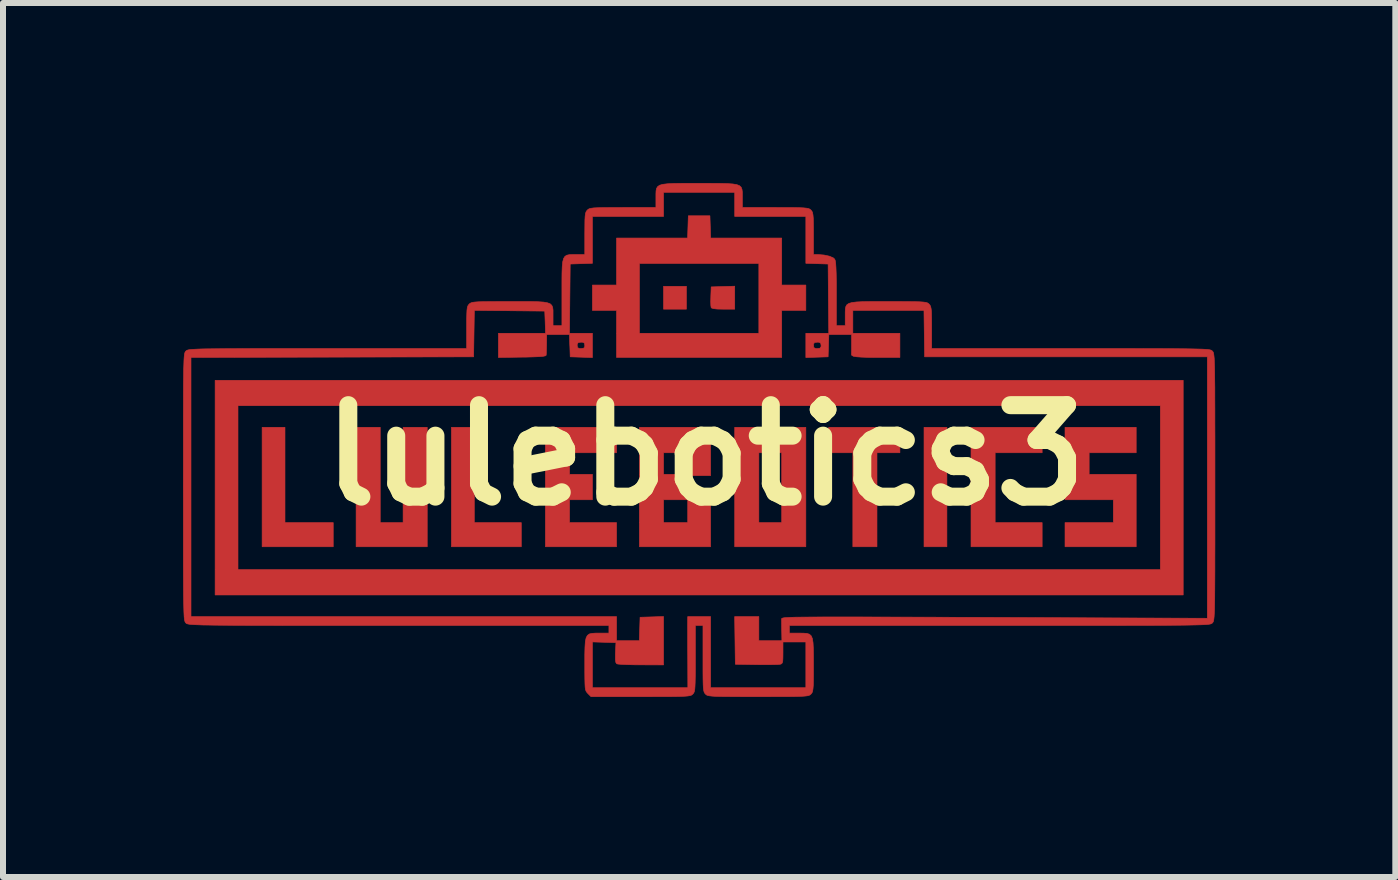
<source format=kicad_pcb>
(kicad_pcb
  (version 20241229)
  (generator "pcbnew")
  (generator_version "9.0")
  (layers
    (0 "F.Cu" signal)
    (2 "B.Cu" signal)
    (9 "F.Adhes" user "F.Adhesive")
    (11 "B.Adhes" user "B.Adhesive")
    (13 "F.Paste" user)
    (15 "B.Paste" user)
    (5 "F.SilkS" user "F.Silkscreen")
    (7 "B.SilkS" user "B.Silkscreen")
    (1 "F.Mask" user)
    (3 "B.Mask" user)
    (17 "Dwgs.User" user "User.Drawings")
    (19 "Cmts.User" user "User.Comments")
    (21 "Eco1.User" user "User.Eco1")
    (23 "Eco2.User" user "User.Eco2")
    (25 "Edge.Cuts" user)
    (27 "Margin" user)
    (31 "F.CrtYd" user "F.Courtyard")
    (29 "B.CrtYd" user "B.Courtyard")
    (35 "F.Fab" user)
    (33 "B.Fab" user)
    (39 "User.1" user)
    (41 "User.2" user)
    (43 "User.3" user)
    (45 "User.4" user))
  (footprint "lulebotics3"
    (layer "F.Cu")
    (at 8.704 4.535)
    (property "Reference" "lulebotics3" (at 0 0 0) (layer "F.SilkS") (effects (font (size 1.524 1.524) (thickness 0.3))))
    (attr through_hole)
    (fp_poly (pts (xy -0.318 -2.434) (xy -0.699 -2.434) (xy -0.699 -2.815) (xy -0.318 -2.815) (xy -0.318 -2.434)) (stroke (width 0.01) (type solid)) (fill yes) (layer "F.Cu"))
    (fp_poly (pts (xy 4.022 1.524) (xy 3.641 1.524) (xy 3.641 -0.466) (xy 4.022 -0.466) (xy 4.022 1.524)) (stroke (width 0.01) (type solid)) (fill yes) (layer "F.Cu"))
    (fp_poly (pts (xy -7.006 1.122) (xy -6.202 1.122) (xy -6.202 1.524) (xy -7.387 1.524) (xy -7.387 -0.466) (xy -7.006 -0.466) (xy -7.006 1.122)) (stroke (width 0.01) (type solid)) (fill yes) (layer "F.Cu"))
    (fp_poly (pts (xy -3.852 1.122) (xy -3.069 1.122) (xy -3.069 1.524) (xy -4.233 1.524) (xy -4.233 -0.466) (xy -3.852 -0.466) (xy -3.852 1.122)) (stroke (width 0.01) (type solid)) (fill yes) (layer "F.Cu"))
    (fp_poly (pts (xy -5.419 1.122) (xy -5.038 1.122) (xy -5.038 -0.466) (xy -4.636 -0.466) (xy -4.636 1.524) (xy -5.821 1.524) (xy -5.821 -0.466) (xy -5.419 -0.466) (xy -5.419 1.122)) (stroke (width 0.01) (type solid)) (fill yes) (layer "F.Cu"))
    (fp_poly (pts (xy 3.239 -0.042) (xy 2.857 -0.042) (xy 2.857 1.524) (xy 2.455 1.524) (xy 2.455 -0.042) (xy 2.053 -0.042) (xy 2.053 -0.466) (xy 3.239 -0.466) (xy 3.239 -0.042)) (stroke (width 0.01) (type solid)) (fill yes) (layer "F.Cu"))
    (fp_poly (pts (xy 5.609 -0.042) (xy 4.826 -0.042) (xy 4.826 1.122) (xy 5.609 1.122) (xy 5.609 1.524) (xy 4.424 1.524) (xy 4.424 -0.466) (xy 5.609 -0.466) (xy 5.609 -0.042)) (stroke (width 0.01) (type solid)) (fill yes) (layer "F.Cu"))
    (fp_poly (pts (xy 1.672 1.524) (xy 0.487 1.524) (xy 0.487 -0.042) (xy 0.889 -0.042) (xy 0.889 1.122) (xy 1.27 1.122) (xy 1.27 -0.042) (xy 0.889 -0.042) (xy 0.487 -0.042) (xy 0.487 -0.466) (xy 1.672 -0.466) (xy 1.672 1.524)) (stroke (width 0.01) (type solid)) (fill yes) (layer "F.Cu"))
    (fp_poly (pts (xy 7.959 2.328) (xy -8.17 2.328) (xy -8.17 -0.826) (xy -7.789 -0.826) (xy -7.789 1.905) (xy 7.578 1.905) (xy 7.578 -0.826) (xy -7.789 -0.826) (xy -8.17 -0.826) (xy -8.17 -1.249) (xy 7.959 -1.249) (xy 7.959 2.328)) (stroke (width 0.01) (type solid)) (fill yes) (layer "F.Cu"))
    (fp_poly (pts (xy -1.482 -0.042) (xy -2.265 -0.042) (xy -2.265 0.318) (xy -1.884 0.318) (xy -1.884 0.741) (xy -2.265 0.741) (xy -2.265 1.122) (xy -1.482 1.122) (xy -1.482 1.524) (xy -2.667 1.524) (xy -2.667 -0.466) (xy -1.482 -0.466) (xy -1.482 -0.042)) (stroke (width 0.01) (type solid)) (fill yes) (layer "F.Cu"))
    (fp_poly (pts (xy 0.487 -2.434) (xy 0.296 -2.434) (xy 0.196 -2.436) (xy 0.133 -2.443) (xy 0.1 -2.454) (xy 0.094 -2.463) (xy 0.089 -2.497) (xy 0.087 -2.56) (xy 0.089 -2.639) (xy 0.089 -2.648) (xy 0.095 -2.805) (xy 0.487 -2.817) (xy 0.487 -2.434)) (stroke (width 0.01) (type solid)) (fill yes) (layer "F.Cu"))
    (fp_poly (pts (xy 7.176 -0.042) (xy 6.392 -0.042) (xy 6.392 0.318) (xy 7.176 0.318) (xy 7.176 1.524) (xy 5.99 1.524) (xy 5.99 1.122) (xy 6.795 1.122) (xy 6.795 0.741) (xy 5.99 0.741) (xy 5.99 -0.466) (xy 7.176 -0.466) (xy 7.176 -0.042)) (stroke (width 0.01) (type solid)) (fill yes) (layer "F.Cu"))
    (fp_poly (pts (xy 0.085 0.339) (xy -0.296 0.339) (xy -0.296 0.72) (xy 0.085 0.72) (xy 0.085 1.524) (xy -1.101 1.524) (xy -1.101 0.741) (xy -0.699 0.741) (xy -0.699 1.122) (xy -0.296 1.122) (xy -0.296 0.741) (xy -0.699 0.741) (xy -1.101 0.741) (xy -1.101 -0.042) (xy -0.699 -0.042) (xy -0.699 0.318) (xy -0.296 0.318) (xy -0.296 -0.042) (xy -0.699 -0.042) (xy -1.101 -0.042) (xy -1.101 -0.466) (xy 0.085 -0.466) (xy 0.085 0.339)) (stroke (width 0.01) (type solid)) (fill yes) (layer "F.Cu"))
    (fp_poly (pts (xy 0.08 -3.805) (xy 0.086 -3.619) (xy 1.27 -3.619) (xy 1.27 -2.836) (xy 1.672 -2.836) (xy 1.672 -2.413) (xy 1.27 -2.413) (xy 1.27 -1.63) (xy -1.482 -1.63) (xy -1.482 -2.413) (xy -1.884 -2.413) (xy -1.884 -2.836) (xy -1.482 -2.836) (xy -1.482 -3.196) (xy -1.101 -3.196) (xy -1.101 -2.032) (xy 0.889 -2.032) (xy 0.889 -3.196) (xy -1.101 -3.196) (xy -1.482 -3.196) (xy -1.482 -3.619) (xy -0.298 -3.619) (xy -0.292 -3.805) (xy -0.286 -3.99) (xy 0.074 -3.99) (xy 0.08 -3.805)) (stroke (width 0.01) (type solid)) (fill yes) (layer "F.Cu"))
    (fp_poly (pts (xy 0.243 -4.529) (xy 0.365 -4.526) (xy 0.456 -4.52) (xy 0.522 -4.509) (xy 0.567 -4.491) (xy 0.594 -4.466) (xy 0.608 -4.431) (xy 0.614 -4.386) (xy 0.614 -4.329) (xy 0.614 -4.286) (xy 0.614 -4.128) (xy 1.164 -4.128) (xy 1.331 -4.127) (xy 1.462 -4.127) (xy 1.56 -4.125) (xy 1.631 -4.122) (xy 1.681 -4.117) (xy 1.714 -4.111) (xy 1.736 -4.102) (xy 1.752 -4.09) (xy 1.757 -4.085) (xy 1.773 -4.066) (xy 1.784 -4.042) (xy 1.791 -4.005) (xy 1.796 -3.948) (xy 1.798 -3.866) (xy 1.799 -3.751) (xy 1.799 -3.694) (xy 1.799 -3.344) (xy 1.879 -3.344) (xy 1.976 -3.336) (xy 2.064 -3.317) (xy 2.129 -3.289) (xy 2.153 -3.267) (xy 2.162 -3.243) (xy 2.169 -3.197) (xy 2.174 -3.123) (xy 2.178 -3.019) (xy 2.18 -2.88) (xy 2.18 -2.703) (xy 2.18 -2.695) (xy 2.18 -2.159) (xy 2.328 -2.159) (xy 2.328 -2.318) (xy 2.328 -2.383) (xy 2.33 -2.436) (xy 2.338 -2.477) (xy 2.356 -2.508) (xy 2.39 -2.53) (xy 2.442 -2.545) (xy 2.517 -2.554) (xy 2.619 -2.559) (xy 2.753 -2.561) (xy 2.922 -2.561) (xy 3.048 -2.561) (xy 3.229 -2.561) (xy 3.372 -2.56) (xy 3.483 -2.559) (xy 3.566 -2.557) (xy 3.625 -2.553) (xy 3.666 -2.548) (xy 3.693 -2.541) (xy 3.711 -2.531) (xy 3.725 -2.519) (xy 3.725 -2.519) (xy 3.741 -2.5) (xy 3.752 -2.475) (xy 3.76 -2.438) (xy 3.765 -2.382) (xy 3.767 -2.3) (xy 3.768 -2.185) (xy 3.768 -2.127) (xy 3.768 -1.778) (xy 6.085 -1.778) (xy 6.448 -1.778) (xy 6.771 -1.778) (xy 7.057 -1.778) (xy 7.307 -1.777) (xy 7.524 -1.777) (xy 7.711 -1.776) (xy 7.87 -1.775) (xy 8.003 -1.774) (xy 8.113 -1.772) (xy 8.202 -1.77) (xy 8.273 -1.768) (xy 8.327 -1.765) (xy 8.367 -1.762) (xy 8.397 -1.758) (xy 8.417 -1.753) (xy 8.43 -1.748) (xy 8.439 -1.742) (xy 8.445 -1.736) (xy 8.452 -1.728) (xy 8.458 -1.719) (xy 8.464 -1.704) (xy 8.468 -1.683) (xy 8.472 -1.652) (xy 8.476 -1.61) (xy 8.478 -1.553) (xy 8.481 -1.479) (xy 8.483 -1.386) (xy 8.484 -1.272) (xy 8.486 -1.133) (xy 8.486 -0.968) (xy 8.487 -0.774) (xy 8.487 -0.549) (xy 8.488 -0.29) (xy 8.488 0.006) (xy 8.488 0.34) (xy 8.488 0.529) (xy 8.488 0.884) (xy 8.488 1.199) (xy 8.488 1.477) (xy 8.487 1.719) (xy 8.487 1.929) (xy 8.486 2.109) (xy 8.485 2.261) (xy 8.484 2.388) (xy 8.482 2.492) (xy 8.48 2.575) (xy 8.477 2.64) (xy 8.474 2.69) (xy 8.47 2.727) (xy 8.466 2.753) (xy 8.461 2.77) (xy 8.455 2.782) (xy 8.449 2.79) (xy 8.445 2.794) (xy 8.44 2.799) (xy 8.432 2.804) (xy 8.42 2.809) (xy 8.404 2.813) (xy 8.379 2.817) (xy 8.345 2.82) (xy 8.3 2.823) (xy 8.241 2.825) (xy 8.167 2.827) (xy 8.076 2.829) (xy 7.966 2.831) (xy 7.835 2.832) (xy 7.681 2.833) (xy 7.502 2.834) (xy 7.297 2.835) (xy 7.063 2.835) (xy 6.798 2.836) (xy 6.501 2.836) (xy 6.169 2.836) (xy 5.801 2.836) (xy 5.394 2.836) (xy 4.947 2.836) (xy 4.9 2.836) (xy 1.397 2.836) (xy 1.397 2.963) (xy 1.556 2.963) (xy 1.631 2.964) (xy 1.688 2.968) (xy 1.731 2.981) (xy 1.761 3.008) (xy 1.781 3.054) (xy 1.792 3.124) (xy 1.797 3.221) (xy 1.799 3.352) (xy 1.799 3.493) (xy 1.799 3.641) (xy 1.798 3.754) (xy 1.796 3.835) (xy 1.791 3.892) (xy 1.785 3.93) (xy 1.776 3.955) (xy 1.763 3.973) (xy 1.757 3.979) (xy 1.745 3.99) (xy 1.729 3.999) (xy 1.706 4.006) (xy 1.671 4.011) (xy 1.621 4.015) (xy 1.551 4.018) (xy 1.456 4.02) (xy 1.334 4.021) (xy 1.18 4.021) (xy 0.989 4.022) (xy 0.878 4.022) (xy 0.668 4.022) (xy 0.496 4.021) (xy 0.358 4.02) (xy 0.25 4.019) (xy 0.169 4.017) (xy 0.109 4.013) (xy 0.066 4.008) (xy 0.038 4.002) (xy 0.019 3.995) (xy 0.006 3.985) (xy 0 3.979) (xy -0.013 3.964) (xy -0.023 3.945) (xy -0.03 3.917) (xy -0.036 3.873) (xy -0.039 3.81) (xy -0.041 3.722) (xy -0.042 3.603) (xy -0.042 3.449) (xy -0.042 3.387) (xy -0.042 2.836) (xy -0.169 2.836) (xy -0.169 3.387) (xy -0.169 3.554) (xy -0.17 3.684) (xy -0.172 3.782) (xy -0.175 3.854) (xy -0.179 3.903) (xy -0.186 3.937) (xy -0.195 3.959) (xy -0.207 3.974) (xy -0.212 3.979) (xy -0.224 3.99) (xy -0.239 3.999) (xy -0.263 4.006) (xy -0.298 4.011) (xy -0.348 4.015) (xy -0.419 4.018) (xy -0.514 4.02) (xy -0.637 4.021) (xy -0.792 4.021) (xy -0.984 4.022) (xy -1.08 4.022) (xy -1.907 4.022) (xy -1.959 3.97) (xy -1.976 3.951) (xy -1.989 3.932) (xy -1.999 3.905) (xy -2.005 3.865) (xy -2.008 3.806) (xy -2.01 3.722) (xy -2.011 3.606) (xy -2.011 3.483) (xy -2.011 3.322) (xy -2.008 3.198) (xy -2.002 3.106) (xy -1.989 3.042) (xy -1.967 3.001) (xy -1.934 2.977) (xy -1.888 2.967) (xy -1.825 2.963) (xy -1.767 2.963) (xy -1.609 2.963) (xy -1.609 2.836) (xy -5.112 2.836) (xy -5.563 2.836) (xy -5.973 2.836) (xy -6.345 2.836) (xy -6.68 2.836) (xy -6.981 2.836) (xy -7.249 2.835) (xy -7.486 2.835) (xy -7.695 2.834) (xy -7.876 2.833) (xy -8.032 2.832) (xy -8.166 2.831) (xy -8.278 2.829) (xy -8.371 2.828) (xy -8.446 2.825) (xy -8.506 2.823) (xy -8.553 2.82) (xy -8.588 2.817) (xy -8.613 2.813) (xy -8.631 2.809) (xy -8.643 2.805) (xy -8.651 2.8) (xy -8.657 2.795) (xy -8.657 2.794) (xy -8.664 2.787) (xy -8.67 2.777) (xy -8.675 2.763) (xy -8.68 2.741) (xy -8.684 2.711) (xy -8.687 2.668) (xy -8.69 2.611) (xy -8.692 2.537) (xy -8.694 2.445) (xy -8.696 2.33) (xy -8.697 2.191) (xy -8.698 2.026) (xy -8.699 1.832) (xy -8.699 1.607) (xy -8.699 1.348) (xy -8.699 1.053) (xy -8.699 0.719) (xy -8.7 0.529) (xy -8.699 0.174) (xy -8.699 -0.141) (xy -8.699 -0.419) (xy -8.699 -0.661) (xy -8.698 -0.871) (xy -8.698 -1.051) (xy -8.697 -1.203) (xy -8.695 -1.33) (xy -8.694 -1.433) (xy -8.691 -1.517) (xy -8.689 -1.582) (xy -8.686 -1.63) (xy -8.572 -1.63) (xy -8.572 2.688) (xy -1.482 2.688) (xy -1.482 3.09) (xy -1.102 3.09) (xy -1.09 2.699) (xy -0.894 2.693) (xy -0.699 2.687) (xy -0.699 3.493) (xy -1.074 3.492) (xy -1.198 3.491) (xy -1.307 3.488) (xy -1.396 3.484) (xy -1.456 3.479) (xy -1.479 3.474) (xy -1.494 3.451) (xy -1.501 3.403) (xy -1.501 3.322) (xy -1.5 3.289) (xy -1.492 3.122) (xy -1.688 3.116) (xy -1.884 3.11) (xy -1.884 3.873) (xy -0.294 3.873) (xy -0.296 3.339) (xy -0.297 3.19) (xy -0.297 3.052) (xy -0.297 2.932) (xy -0.298 2.836) (xy -0.297 2.771) (xy -0.297 2.746) (xy -0.296 2.688) (xy 0.085 2.688) (xy 0.085 3.873) (xy 1.672 3.873) (xy 1.672 3.111) (xy 1.291 3.111) (xy 1.291 3.291) (xy 1.29 3.379) (xy 1.287 3.433) (xy 1.278 3.462) (xy 1.261 3.477) (xy 1.244 3.482) (xy 1.207 3.486) (xy 1.136 3.488) (xy 1.04 3.489) (xy 0.926 3.489) (xy 0.847 3.488) (xy 0.497 3.482) (xy 0.486 2.688) (xy 0.889 2.688) (xy 0.889 3.09) (xy 1.273 3.09) (xy 1.27 2.926) (xy 1.269 2.843) (xy 1.268 2.772) (xy 1.268 2.728) (xy 1.269 2.725) (xy 1.27 2.72) (xy 1.276 2.716) (xy 1.288 2.712) (xy 1.307 2.708) (xy 1.336 2.705) (xy 1.377 2.703) (xy 1.432 2.7) (xy 1.501 2.698) (xy 1.588 2.697) (xy 1.695 2.696) (xy 1.822 2.695) (xy 1.972 2.694) (xy 2.147 2.694) (xy 2.348 2.694) (xy 2.578 2.694) (xy 2.839 2.695) (xy 3.132 2.696) (xy 3.459 2.697) (xy 3.822 2.698) (xy 4.223 2.7) (xy 4.664 2.701) (xy 4.815 2.702) (xy 8.361 2.716) (xy 8.361 0.538) (xy 8.361 -1.64) (xy 3.651 -1.64) (xy 3.64 -2.413) (xy 2.455 -2.413) (xy 2.455 -2.032) (xy 3.239 -2.032) (xy 3.239 -1.63) (xy 2.863 -1.63) (xy 2.71 -1.631) (xy 2.596 -1.635) (xy 2.515 -1.641) (xy 2.464 -1.65) (xy 2.438 -1.664) (xy 2.432 -1.68) (xy 2.433 -1.706) (xy 2.434 -1.763) (xy 2.434 -1.84) (xy 2.434 -1.852) (xy 2.434 -2.011) (xy 2.055 -2.011) (xy 2.049 -1.826) (xy 2.043 -1.64) (xy 1.857 -1.634) (xy 1.672 -1.628) (xy 1.672 -1.831) (xy 1.799 -1.831) (xy 1.806 -1.793) (xy 1.835 -1.779) (xy 1.863 -1.778) (xy 1.908 -1.784) (xy 1.925 -1.808) (xy 1.926 -1.831) (xy 1.919 -1.869) (xy 1.89 -1.883) (xy 1.863 -1.884) (xy 1.817 -1.878) (xy 1.801 -1.854) (xy 1.799 -1.831) (xy 1.672 -1.831) (xy 1.672 -2.032) (xy 2.054 -2.032) (xy 2.048 -2.609) (xy 2.043 -3.186) (xy 1.857 -3.192) (xy 1.672 -3.198) (xy 1.672 -3.979) (xy 0.487 -3.979) (xy 0.487 -4.381) (xy -0.699 -4.381) (xy -0.699 -3.979) (xy -1.884 -3.979) (xy -1.884 -3.198) (xy -2.069 -3.192) (xy -2.254 -3.186) (xy -2.26 -2.609) (xy -2.266 -2.032) (xy -1.884 -2.032) (xy -1.884 -1.628) (xy -2.069 -1.634) (xy -2.254 -1.64) (xy -2.26 -1.826) (xy -2.261 -1.831) (xy -2.138 -1.831) (xy -2.131 -1.793) (xy -2.102 -1.779) (xy -2.074 -1.778) (xy -2.029 -1.784) (xy -2.012 -1.808) (xy -2.011 -1.831) (xy -2.018 -1.869) (xy -2.047 -1.883) (xy -2.074 -1.884) (xy -2.12 -1.878) (xy -2.136 -1.854) (xy -2.138 -1.831) (xy -2.261 -1.831) (xy -2.266 -2.011) (xy -2.646 -2.011) (xy -2.648 -1.852) (xy -2.65 -1.772) (xy -2.652 -1.706) (xy -2.654 -1.669) (xy -2.654 -1.667) (xy -2.666 -1.657) (xy -2.703 -1.649) (xy -2.768 -1.643) (xy -2.866 -1.639) (xy -3.002 -1.635) (xy -3.053 -1.635) (xy -3.45 -1.629) (xy -3.45 -2.032) (xy -2.665 -2.032) (xy -2.671 -2.217) (xy -2.678 -2.402) (xy -3.264 -2.408) (xy -3.851 -2.414) (xy -3.863 -1.64) (xy -6.218 -1.635) (xy -8.572 -1.63) (xy -8.686 -1.63) (xy -8.686 -1.632) (xy -8.682 -1.669) (xy -8.678 -1.694) (xy -8.673 -1.712) (xy -8.667 -1.724) (xy -8.661 -1.732) (xy -8.657 -1.736) (xy -8.65 -1.742) (xy -8.64 -1.748) (xy -8.627 -1.753) (xy -8.606 -1.758) (xy -8.576 -1.762) (xy -8.534 -1.765) (xy -8.478 -1.768) (xy -8.406 -1.771) (xy -8.315 -1.773) (xy -8.203 -1.774) (xy -8.067 -1.775) (xy -7.906 -1.776) (xy -7.716 -1.777) (xy -7.495 -1.778) (xy -7.242 -1.778) (xy -6.953 -1.778) (xy -6.626 -1.778) (xy -6.297 -1.778) (xy -3.979 -1.778) (xy -3.979 -2.127) (xy -3.979 -2.258) (xy -3.977 -2.352) (xy -3.974 -2.418) (xy -3.968 -2.462) (xy -3.958 -2.491) (xy -3.944 -2.511) (xy -3.937 -2.519) (xy -3.923 -2.531) (xy -3.905 -2.54) (xy -3.879 -2.548) (xy -3.839 -2.553) (xy -3.78 -2.557) (xy -3.699 -2.559) (xy -3.589 -2.56) (xy -3.447 -2.561) (xy -3.268 -2.561) (xy -3.26 -2.561) (xy -3.066 -2.561) (xy -2.911 -2.561) (xy -2.789 -2.558) (xy -2.698 -2.552) (xy -2.632 -2.54) (xy -2.587 -2.523) (xy -2.56 -2.497) (xy -2.546 -2.463) (xy -2.54 -2.418) (xy -2.54 -2.36) (xy -2.54 -2.318) (xy -2.54 -2.159) (xy -2.392 -2.159) (xy -2.392 -2.709) (xy -2.392 -2.89) (xy -2.391 -3.032) (xy -2.387 -3.142) (xy -2.379 -3.222) (xy -2.364 -3.278) (xy -2.342 -3.313) (xy -2.311 -3.333) (xy -2.269 -3.342) (xy -2.215 -3.344) (xy -2.159 -3.344) (xy -2.011 -3.344) (xy -2.011 -3.694) (xy -2.01 -3.824) (xy -2.009 -3.919) (xy -2.005 -3.985) (xy -1.999 -4.029) (xy -1.989 -4.057) (xy -1.975 -4.078) (xy -1.968 -4.085) (xy -1.954 -4.098) (xy -1.934 -4.108) (xy -1.906 -4.115) (xy -1.862 -4.121) (xy -1.799 -4.124) (xy -1.711 -4.126) (xy -1.592 -4.127) (xy -1.439 -4.127) (xy -1.376 -4.128) (xy -0.826 -4.128) (xy -0.826 -4.286) (xy -0.826 -4.352) (xy -0.824 -4.404) (xy -0.816 -4.445) (xy -0.797 -4.476) (xy -0.764 -4.499) (xy -0.712 -4.514) (xy -0.637 -4.523) (xy -0.535 -4.528) (xy -0.401 -4.53) (xy -0.232 -4.53) (xy -0.106 -4.53) (xy 0.088 -4.53) (xy 0.243 -4.529)) (stroke (width 0.01) (type solid)) (fill yes) (layer "F.Cu")))
  (gr_rect
    (start -3 -3)
    (end 20.197 11.561)
    (stroke (width 0.1) (type default))
    (fill no)
    (layer "Edge.Cuts")))
</source>
